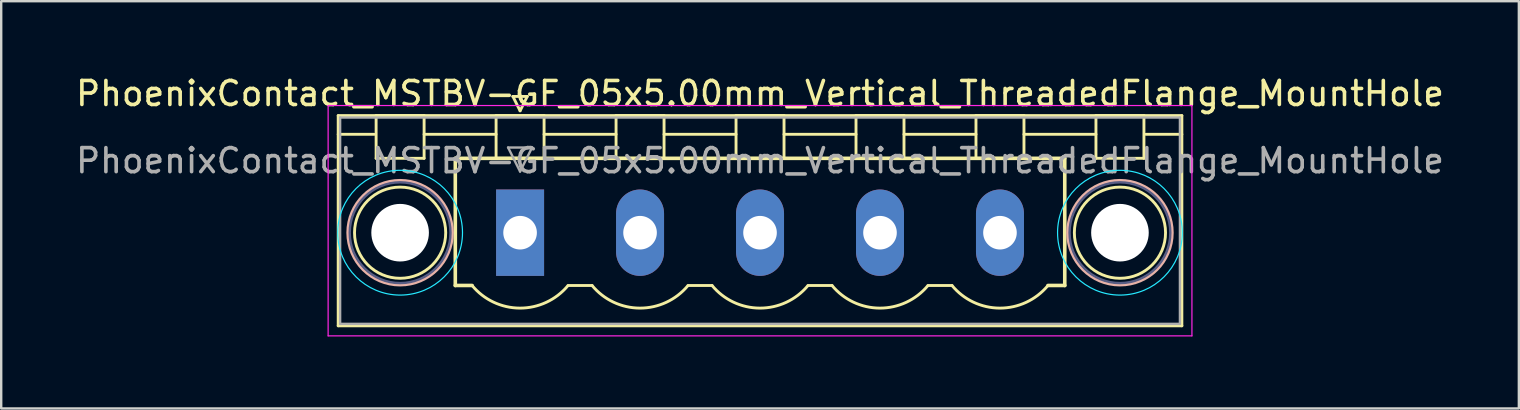
<source format=kicad_pcb>
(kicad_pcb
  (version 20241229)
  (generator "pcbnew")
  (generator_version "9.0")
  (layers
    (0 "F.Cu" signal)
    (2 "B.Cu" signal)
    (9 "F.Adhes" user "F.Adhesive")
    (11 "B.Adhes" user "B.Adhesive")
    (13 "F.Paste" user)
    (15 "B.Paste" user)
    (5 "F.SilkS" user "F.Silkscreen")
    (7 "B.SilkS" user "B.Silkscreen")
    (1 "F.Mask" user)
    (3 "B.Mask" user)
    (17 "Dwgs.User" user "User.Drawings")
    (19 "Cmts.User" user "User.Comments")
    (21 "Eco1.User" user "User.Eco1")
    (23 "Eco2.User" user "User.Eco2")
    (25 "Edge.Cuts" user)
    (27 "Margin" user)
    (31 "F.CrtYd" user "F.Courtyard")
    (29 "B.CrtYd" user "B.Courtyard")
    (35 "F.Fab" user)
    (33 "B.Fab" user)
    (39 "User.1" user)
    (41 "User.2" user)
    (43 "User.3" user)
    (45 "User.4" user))
  (footprint "PhoenixContact_MSTBV-GF_05x5.00mm_Vertical_ThreadedFlange_MountHole"
    (layer "F.Cu")
    (at 18.625 6.648)
    (property "Reference" "PhoenixContact_MSTBV-GF_05x5.00mm_Vertical_ThreadedFlange_MountHole" (at 10 -5.8 0) (layer "F.SilkS") (effects (font (size 1 1) (thickness 0.15))))
    (attr through_hole)
    (fp_line (start -7.58 -4.88) (end -7.58 3.88) (stroke (width 0.12) (type solid)) (layer "F.SilkS"))
    (fp_line (start -7.58 -4.1) (end -6.08 -4.1) (stroke (width 0.12) (type solid)) (layer "F.SilkS"))
    (fp_line (start -7.58 3.88) (end 27.58 3.88) (stroke (width 0.12) (type solid)) (layer "F.SilkS"))
    (fp_line (start -6 -4.88) (end -4 -4.88) (stroke (width 0.12) (type solid)) (layer "F.SilkS"))
    (fp_line (start -6 -3.1) (end -6 -4.88) (stroke (width 0.12) (type solid)) (layer "F.SilkS"))
    (fp_line (start -4 -4.88) (end -4 -3.1) (stroke (width 0.12) (type solid)) (layer "F.SilkS"))
    (fp_line (start -4 -4.1) (end -1 -4.1) (stroke (width 0.12) (type solid)) (layer "F.SilkS"))
    (fp_line (start -4 -3.1) (end -6 -3.1) (stroke (width 0.12) (type solid)) (layer "F.SilkS"))
    (fp_line (start -2.7 -3.1) (end 22.7 -3.1) (stroke (width 0.15) (type solid)) (layer "F.SilkS"))
    (fp_line (start -2.7 2.2) (end -2.7 -3.1) (stroke (width 0.15) (type solid)) (layer "F.SilkS"))
    (fp_line (start -2 2.2) (end -2.7 2.2) (stroke (width 0.15) (type solid)) (layer "F.SilkS"))
    (fp_line (start -1 -4.88) (end 1 -4.88) (stroke (width 0.12) (type solid)) (layer "F.SilkS"))
    (fp_line (start -1 -3.1) (end -1 -4.88) (stroke (width 0.12) (type solid)) (layer "F.SilkS"))
    (fp_line (start -0.3 -5.68) (end 0.3 -5.68) (stroke (width 0.12) (type solid)) (layer "F.SilkS"))
    (fp_line (start 0 -5.08) (end -0.3 -5.68) (stroke (width 0.12) (type solid)) (layer "F.SilkS"))
    (fp_line (start 0.3 -5.68) (end 0 -5.08) (stroke (width 0.12) (type solid)) (layer "F.SilkS"))
    (fp_line (start 1 -4.88) (end 1 -3.1) (stroke (width 0.12) (type solid)) (layer "F.SilkS"))
    (fp_line (start 1 -4.1) (end 4 -4.1) (stroke (width 0.12) (type solid)) (layer "F.SilkS"))
    (fp_line (start 1 -3.1) (end -1 -3.1) (stroke (width 0.12) (type solid)) (layer "F.SilkS"))
    (fp_line (start 2 2.2) (end 3 2.2) (stroke (width 0.12) (type solid)) (layer "F.SilkS"))
    (fp_line (start 4 -4.88) (end 6 -4.88) (stroke (width 0.12) (type solid)) (layer "F.SilkS"))
    (fp_line (start 4 -3.1) (end 4 -4.88) (stroke (width 0.12) (type solid)) (layer "F.SilkS"))
    (fp_line (start 6 -4.88) (end 6 -3.1) (stroke (width 0.12) (type solid)) (layer "F.SilkS"))
    (fp_line (start 6 -4.1) (end 9 -4.1) (stroke (width 0.12) (type solid)) (layer "F.SilkS"))
    (fp_line (start 6 -3.1) (end 4 -3.1) (stroke (width 0.12) (type solid)) (layer "F.SilkS"))
    (fp_line (start 7 2.2) (end 8 2.2) (stroke (width 0.12) (type solid)) (layer "F.SilkS"))
    (fp_line (start 9 -4.88) (end 11 -4.88) (stroke (width 0.12) (type solid)) (layer "F.SilkS"))
    (fp_line (start 9 -3.1) (end 9 -4.88) (stroke (width 0.12) (type solid)) (layer "F.SilkS"))
    (fp_line (start 11 -4.88) (end 11 -3.1) (stroke (width 0.12) (type solid)) (layer "F.SilkS"))
    (fp_line (start 11 -4.1) (end 14 -4.1) (stroke (width 0.12) (type solid)) (layer "F.SilkS"))
    (fp_line (start 11 -3.1) (end 9 -3.1) (stroke (width 0.12) (type solid)) (layer "F.SilkS"))
    (fp_line (start 12 2.2) (end 13 2.2) (stroke (width 0.12) (type solid)) (layer "F.SilkS"))
    (fp_line (start 14 -4.88) (end 16 -4.88) (stroke (width 0.12) (type solid)) (layer "F.SilkS"))
    (fp_line (start 14 -3.1) (end 14 -4.88) (stroke (width 0.12) (type solid)) (layer "F.SilkS"))
    (fp_line (start 16 -4.88) (end 16 -3.1) (stroke (width 0.12) (type solid)) (layer "F.SilkS"))
    (fp_line (start 16 -4.1) (end 19 -4.1) (stroke (width 0.12) (type solid)) (layer "F.SilkS"))
    (fp_line (start 16 -3.1) (end 14 -3.1) (stroke (width 0.12) (type solid)) (layer "F.SilkS"))
    (fp_line (start 17 2.2) (end 18 2.2) (stroke (width 0.12) (type solid)) (layer "F.SilkS"))
    (fp_line (start 19 -4.88) (end 21 -4.88) (stroke (width 0.12) (type solid)) (layer "F.SilkS"))
    (fp_line (start 19 -3.1) (end 19 -4.88) (stroke (width 0.12) (type solid)) (layer "F.SilkS"))
    (fp_line (start 21 -4.88) (end 21 -3.1) (stroke (width 0.12) (type solid)) (layer "F.SilkS"))
    (fp_line (start 21 -4.1) (end 24 -4.1) (stroke (width 0.12) (type solid)) (layer "F.SilkS"))
    (fp_line (start 21 -3.1) (end 19 -3.1) (stroke (width 0.12) (type solid)) (layer "F.SilkS"))
    (fp_line (start 22.7 -3.1) (end 22.7 2.2) (stroke (width 0.15) (type solid)) (layer "F.SilkS"))
    (fp_line (start 22.7 2.2) (end 22 2.2) (stroke (width 0.15) (type solid)) (layer "F.SilkS"))
    (fp_line (start 24 -4.88) (end 26 -4.88) (stroke (width 0.12) (type solid)) (layer "F.SilkS"))
    (fp_line (start 24 -3.1) (end 24 -4.88) (stroke (width 0.12) (type solid)) (layer "F.SilkS"))
    (fp_line (start 26 -4.88) (end 26 -3.1) (stroke (width 0.12) (type solid)) (layer "F.SilkS"))
    (fp_line (start 26 -3.1) (end 24 -3.1) (stroke (width 0.12) (type solid)) (layer "F.SilkS"))
    (fp_line (start 27.58 -4.88) (end -7.58 -4.88) (stroke (width 0.12) (type solid)) (layer "F.SilkS"))
    (fp_line (start 27.58 -4.1) (end 26.08 -4.1) (stroke (width 0.12) (type solid)) (layer "F.SilkS"))
    (fp_line (start 27.58 3.88) (end 27.58 -4.88) (stroke (width 0.12) (type solid)) (layer "F.SilkS"))
    (fp_arc (start 1.986842 2.215821) (mid -0.010289 3.142758) (end -2 2.2) (stroke (width 0.12) (type solid)) (layer "F.SilkS"))
    (fp_arc (start 6.986842 2.215821) (mid 4.989711 3.142758) (end 3 2.2) (stroke (width 0.12) (type solid)) (layer "F.SilkS"))
    (fp_arc (start 11.986842 2.215821) (mid 9.989711 3.142758) (end 8 2.2) (stroke (width 0.12) (type solid)) (layer "F.SilkS"))
    (fp_arc (start 16.986842 2.215821) (mid 14.989711 3.142758) (end 13 2.2) (stroke (width 0.12) (type solid)) (layer "F.SilkS"))
    (fp_arc (start 21.986842 2.215821) (mid 19.989711 3.142758) (end 18 2.2) (stroke (width 0.12) (type solid)) (layer "F.SilkS"))
    (fp_circle (center -5 0) (end -3.1 0) (stroke (width 0.12) (type solid)) (fill no) (layer "F.SilkS"))
    (fp_circle (center 25 0) (end 26.9 0) (stroke (width 0.12) (type solid)) (fill no) (layer "F.SilkS"))
    (fp_circle (center -5 0) (end -2.82 0) (stroke (width 0.12) (type solid)) (fill no) (layer "B.SilkS"))
    (fp_circle (center 25 0) (end 27.18 0) (stroke (width 0.12) (type solid)) (fill no) (layer "B.SilkS"))
    (fp_circle (center -5 0) (end -2.4 0) (stroke (width 0.05) (type solid)) (fill no) (layer "B.CrtYd"))
    (fp_circle (center 25 0) (end 27.6 0) (stroke (width 0.05) (type solid)) (fill no) (layer "B.CrtYd"))
    (fp_line (start -8 -5.3) (end -8 4.3) (stroke (width 0.05) (type solid)) (layer "F.CrtYd"))
    (fp_line (start -8 4.3) (end 28 4.3) (stroke (width 0.05) (type solid)) (layer "F.CrtYd"))
    (fp_line (start 28 -5.3) (end -8 -5.3) (stroke (width 0.05) (type solid)) (layer "F.CrtYd"))
    (fp_line (start 28 4.3) (end 28 -5.3) (stroke (width 0.05) (type solid)) (layer "F.CrtYd"))
    (fp_circle (center -5 0) (end -2.9 0) (stroke (width 0.1) (type solid)) (fill no) (layer "B.Fab"))
    (fp_circle (center 25 0) (end 27.1 0) (stroke (width 0.1) (type solid)) (fill no) (layer "B.Fab"))
    (fp_line (start -7.5 -4.8) (end -7.5 3.8) (stroke (width 0.1) (type solid)) (layer "F.Fab"))
    (fp_line (start -7.5 3.8) (end 27.5 3.8) (stroke (width 0.1) (type solid)) (layer "F.Fab"))
    (fp_line (start -0.5 -3.55) (end 0.5 -3.55) (stroke (width 0.1) (type solid)) (layer "F.Fab"))
    (fp_line (start 0 -2.55) (end -0.5 -3.55) (stroke (width 0.1) (type solid)) (layer "F.Fab"))
    (fp_line (start 0.5 -3.55) (end 0 -2.55) (stroke (width 0.1) (type solid)) (layer "F.Fab"))
    (fp_line (start 27.5 -4.8) (end -7.5 -4.8) (stroke (width 0.1) (type solid)) (layer "F.Fab"))
    (fp_line (start 27.5 3.8) (end 27.5 -4.8) (stroke (width 0.1) (type solid)) (layer "F.Fab"))
    (fp_text user "${REFERENCE}" (at 10 -3 0) (layer "F.Fab") (effects (font (size 1 1) (thickness 0.15))))
    (pad "" np_thru_hole circle (at -5 0) (size 2.4 2.4) (drill 2.4) (layers "*.Cu" "*.Mask"))
    (pad "" np_thru_hole circle (at 25 0) (size 2.4 2.4) (drill 2.4) (layers "*.Cu" "*.Mask"))
    (pad "1" thru_hole rect (at 0 0) (size 2 3.6) (drill 1.4) (layers "*.Cu" "*.Mask"))
    (pad "2" thru_hole oval (at 5 0) (size 2 3.6) (drill 1.4) (layers "*.Cu" "*.Mask"))
    (pad "3" thru_hole oval (at 10 0) (size 2 3.6) (drill 1.4) (layers "*.Cu" "*.Mask"))
    (pad "4" thru_hole oval (at 15 0) (size 2 3.6) (drill 1.4) (layers "*.Cu" "*.Mask"))
    (pad "5" thru_hole oval (at 20 0) (size 2 3.6) (drill 1.4) (layers "*.Cu" "*.Mask")))
  (gr_rect
    (start -3 -3)
    (end 60.25 13.973)
    (stroke (width 0.1) (type default))
    (fill no)
    (layer "Edge.Cuts")))
</source>
